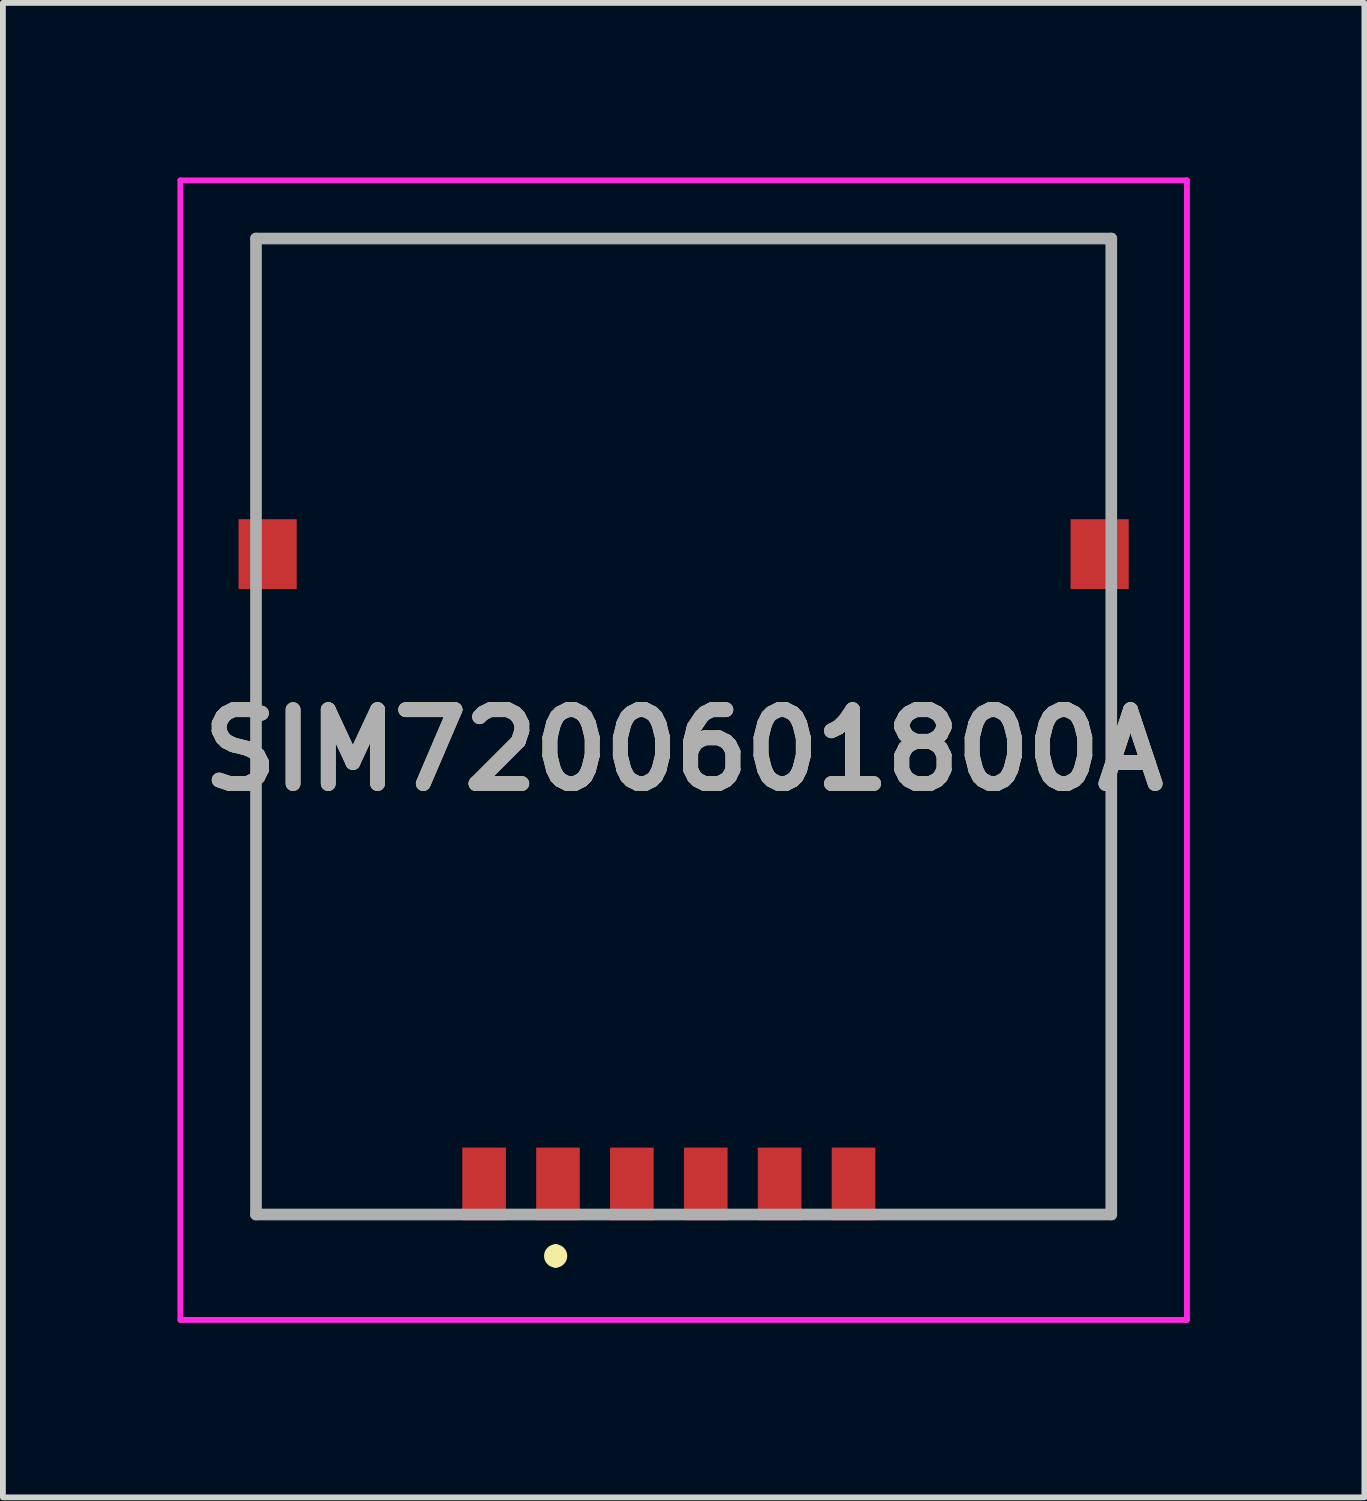
<source format=kicad_pcb>
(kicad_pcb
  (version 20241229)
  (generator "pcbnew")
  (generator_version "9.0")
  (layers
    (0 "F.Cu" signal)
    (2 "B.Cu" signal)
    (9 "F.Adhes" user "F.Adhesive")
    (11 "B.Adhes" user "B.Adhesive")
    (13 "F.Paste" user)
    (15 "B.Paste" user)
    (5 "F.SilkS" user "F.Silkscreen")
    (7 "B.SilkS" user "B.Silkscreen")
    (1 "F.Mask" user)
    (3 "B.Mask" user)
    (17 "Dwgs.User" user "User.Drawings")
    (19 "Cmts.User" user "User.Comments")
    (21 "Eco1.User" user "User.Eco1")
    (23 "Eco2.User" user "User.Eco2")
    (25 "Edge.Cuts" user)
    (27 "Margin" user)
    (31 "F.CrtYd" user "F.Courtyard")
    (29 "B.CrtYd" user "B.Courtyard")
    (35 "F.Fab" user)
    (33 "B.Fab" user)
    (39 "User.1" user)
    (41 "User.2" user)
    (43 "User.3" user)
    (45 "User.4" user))
  (footprint "SIM7200601800A"
    (layer "F.Cu")
    (at 8.7 9.843)
    (property "Reference" "SIM7200601800A" (at 0 0 0) (layer "F.SilkS") (effects (font (size 1.27 1.27) (thickness 0.254))))
    (attr smd)
    (fp_line (start -7.35 -8.793) (end -7.35 -4.406) (stroke (width 0.1) (type solid)) (layer "F.SilkS"))
    (fp_line (start -7.35 -2.344) (end -7.35 7.981) (stroke (width 0.1) (type solid)) (layer "F.SilkS"))
    (fp_line (start -7.35 7.981) (end -4.08 7.981) (stroke (width 0.1) (type solid)) (layer "F.SilkS"))
    (fp_line (start -2.2 8.594) (end -2.2 8.594) (stroke (width 0.2) (type solid)) (layer "F.SilkS"))
    (fp_line (start -2.2 8.793) (end -2.2 8.793) (stroke (width 0.2) (type solid)) (layer "F.SilkS"))
    (fp_line (start 7.35 -8.793) (end -7.35 -8.793) (stroke (width 0.1) (type solid)) (layer "F.SilkS"))
    (fp_line (start 7.35 -4.406) (end 7.35 -8.793) (stroke (width 0.1) (type solid)) (layer "F.SilkS"))
    (fp_line (start 7.35 -2.406) (end 7.35 7.981) (stroke (width 0.1) (type solid)) (layer "F.SilkS"))
    (fp_line (start 7.35 7.981) (end 3.6 7.981) (stroke (width 0.1) (type solid)) (layer "F.SilkS"))
    (fp_arc (start -2.2 8.594) (mid -2.1005 8.6935) (end -2.2 8.793) (stroke (width 0.2) (type solid)) (layer "F.SilkS"))
    (fp_arc (start -2.2 8.793) (mid -2.2995 8.6935) (end -2.2 8.594) (stroke (width 0.2) (type solid)) (layer "F.SilkS"))
    (fp_line (start -8.65 -9.793) (end 8.65 -9.793) (stroke (width 0.1) (type solid)) (layer "F.CrtYd"))
    (fp_line (start -8.65 9.793) (end -8.65 -9.793) (stroke (width 0.1) (type solid)) (layer "F.CrtYd"))
    (fp_line (start 8.65 -9.793) (end 8.65 9.793) (stroke (width 0.1) (type solid)) (layer "F.CrtYd"))
    (fp_line (start 8.65 9.793) (end -8.65 9.793) (stroke (width 0.1) (type solid)) (layer "F.CrtYd"))
    (fp_line (start -7.35 -8.793) (end 7.35 -8.793) (stroke (width 0.2) (type solid)) (layer "F.Fab"))
    (fp_line (start -7.35 7.981) (end -7.35 -8.793) (stroke (width 0.2) (type solid)) (layer "F.Fab"))
    (fp_line (start 7.35 -8.793) (end 7.35 7.981) (stroke (width 0.2) (type solid)) (layer "F.Fab"))
    (fp_line (start 7.35 7.981) (end -7.35 7.981) (stroke (width 0.2) (type solid)) (layer "F.Fab"))
    (fp_text user "${REFERENCE}" (at 0 0 0) (layer "F.Fab") (effects (font (size 1.27 1.27) (thickness 0.254))))
    (pad "C1" smd rect (at -2.16 7.456) (size 0.75 1.25) (layers "F.Cu" "F.Mask" "F.Paste"))
    (pad "C2" smd rect (at 0.38 7.456) (size 0.75 1.25) (layers "F.Cu" "F.Mask" "F.Paste"))
    (pad "C3" smd rect (at 2.92 7.456) (size 0.75 1.25) (layers "F.Cu" "F.Mask" "F.Paste"))
    (pad "C5" smd rect (at -3.43 7.456) (size 0.75 1.25) (layers "F.Cu" "F.Mask" "F.Paste"))
    (pad "C6" smd rect (at -0.89 7.456) (size 0.75 1.25) (layers "F.Cu" "F.Mask" "F.Paste"))
    (pad "C7" smd rect (at 1.65 7.456) (size 0.75 1.25) (layers "F.Cu" "F.Mask" "F.Paste"))
    (pad "MP1" smd rect (at -7.15 -3.369) (size 1 1.2) (layers "F.Cu" "F.Mask" "F.Paste"))
    (pad "MP2" smd rect (at 7.15 -3.369) (size 1 1.2) (layers "F.Cu" "F.Mask" "F.Paste")))
  (gr_rect
    (start -3 -3)
    (end 20.4 22.686)
    (stroke (width 0.1) (type default))
    (fill no)
    (layer "Edge.Cuts")))
</source>
